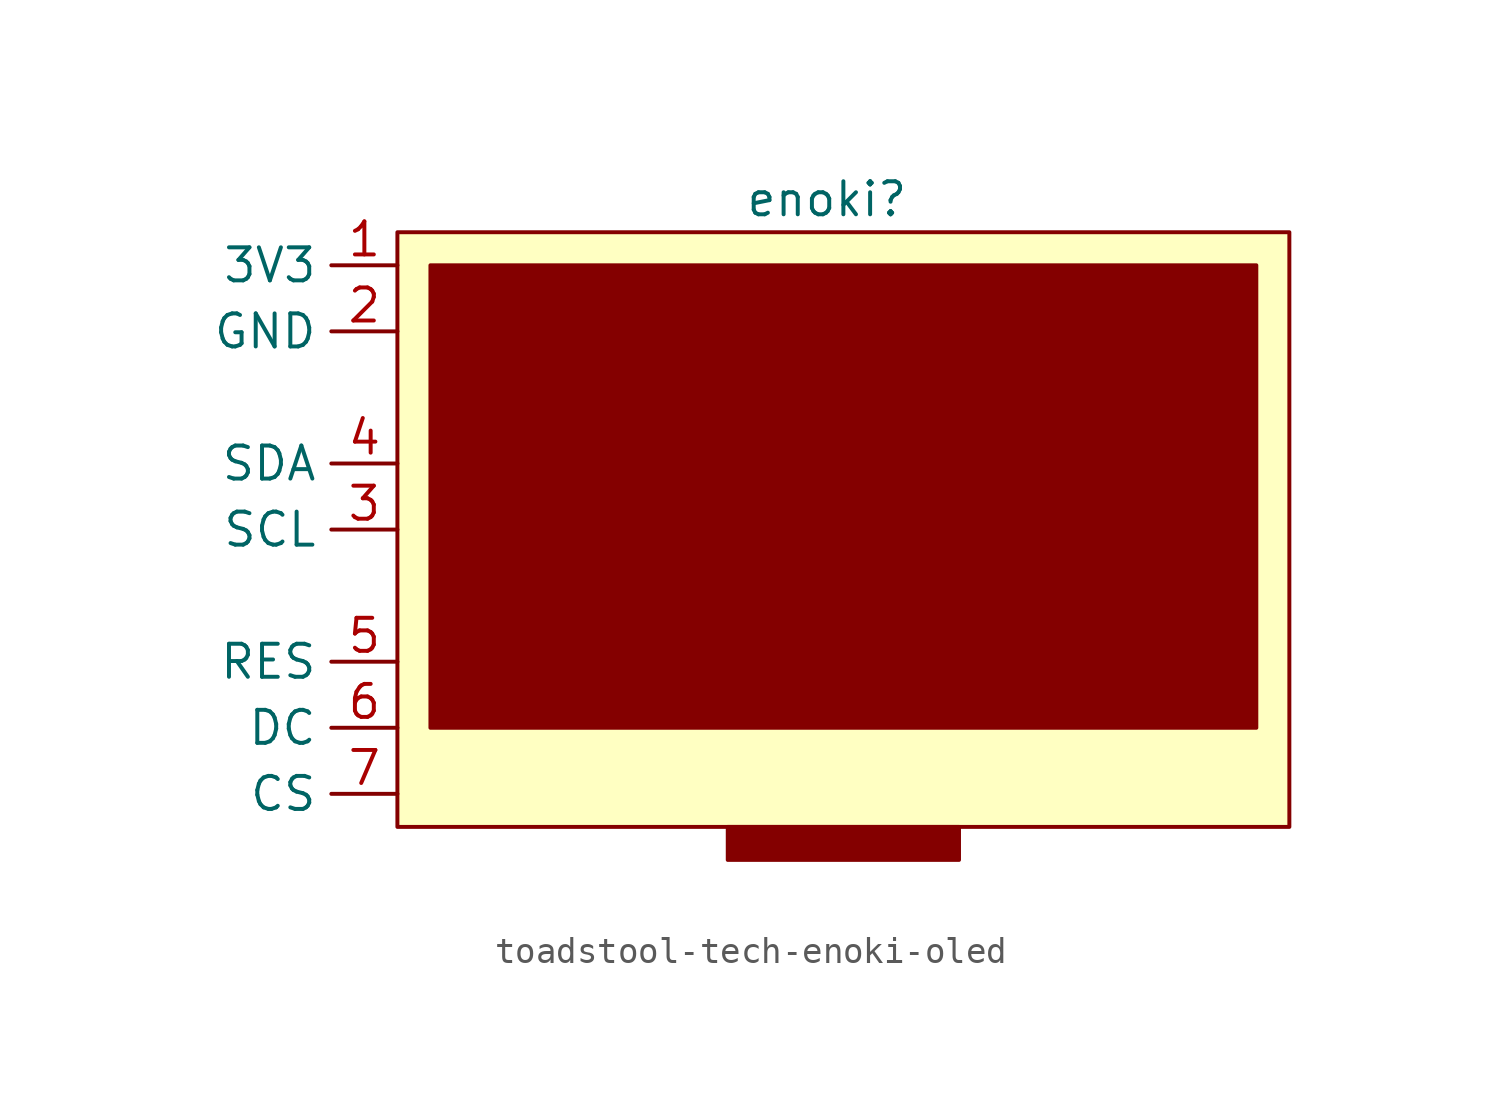
<source format=kicad_sym>
(kicad_symbol_lib
  (version 20220914)
  (generator kicad_symbol_editor)
  (symbol "toadstool-tech-enoki-oled"
    (property "Reference" "enoki"
      (at 16.51 1.27 0)
      (effects (font (size 1.27 1.27))))
    (property "Value" ""
      (at 0 0 0)
      (effects (font (size 1.27 1.27))))
    (symbol "toadstool-tech-enoki-oled_1_1"
      (rectangle (start 0 0) (end 34.29 -22.86) (stroke (width 0) (type default)) (fill (type background)))
      (rectangle (start 1.27 -1.27) (end 33.02 -19.05) (stroke (width 0) (type default)) (fill (type outline)))
      (rectangle (start 12.7 -22.86) (end 21.59 -24.13) (stroke (width 0) (type default)) (fill (type outline)))
      (pin power_in line (at 0 -1.27 180) (length 2.54) (name "3V3" (effects (font (size 1.27 1.27)))) (number "1" (effects (font (size 1.27 1.27)))))
      (pin power_in line (at 0 -3.81 180) (length 2.54) (name "GND" (effects (font (size 1.27 1.27)))) (number "2" (effects (font (size 1.27 1.27)))))
      (pin input line (at 0 -11.43 180) (length 2.54) (name "SCL" (effects (font (size 1.27 1.27)))) (number "3" (effects (font (size 1.27 1.27)))))
      (pin bidirectional line (at 0 -8.89 180) (length 2.54) (name "SDA" (effects (font (size 1.27 1.27)))) (number "4" (effects (font (size 1.27 1.27)))))
      (pin input line (at 0 -16.51 180) (length 2.54) (name "RES" (effects (font (size 1.27 1.27)))) (number "5" (effects (font (size 1.27 1.27)))))
      (pin input line (at 0 -19.05 180) (length 2.54) (name "DC" (effects (font (size 1.27 1.27)))) (number "6" (effects (font (size 1.27 1.27)))))
      (pin input line (at 0 -21.59 180) (length 2.54) (name "CS" (effects (font (size 1.27 1.27)))) (number "7" (effects (font (size 1.27 1.27))))))))
</source>
